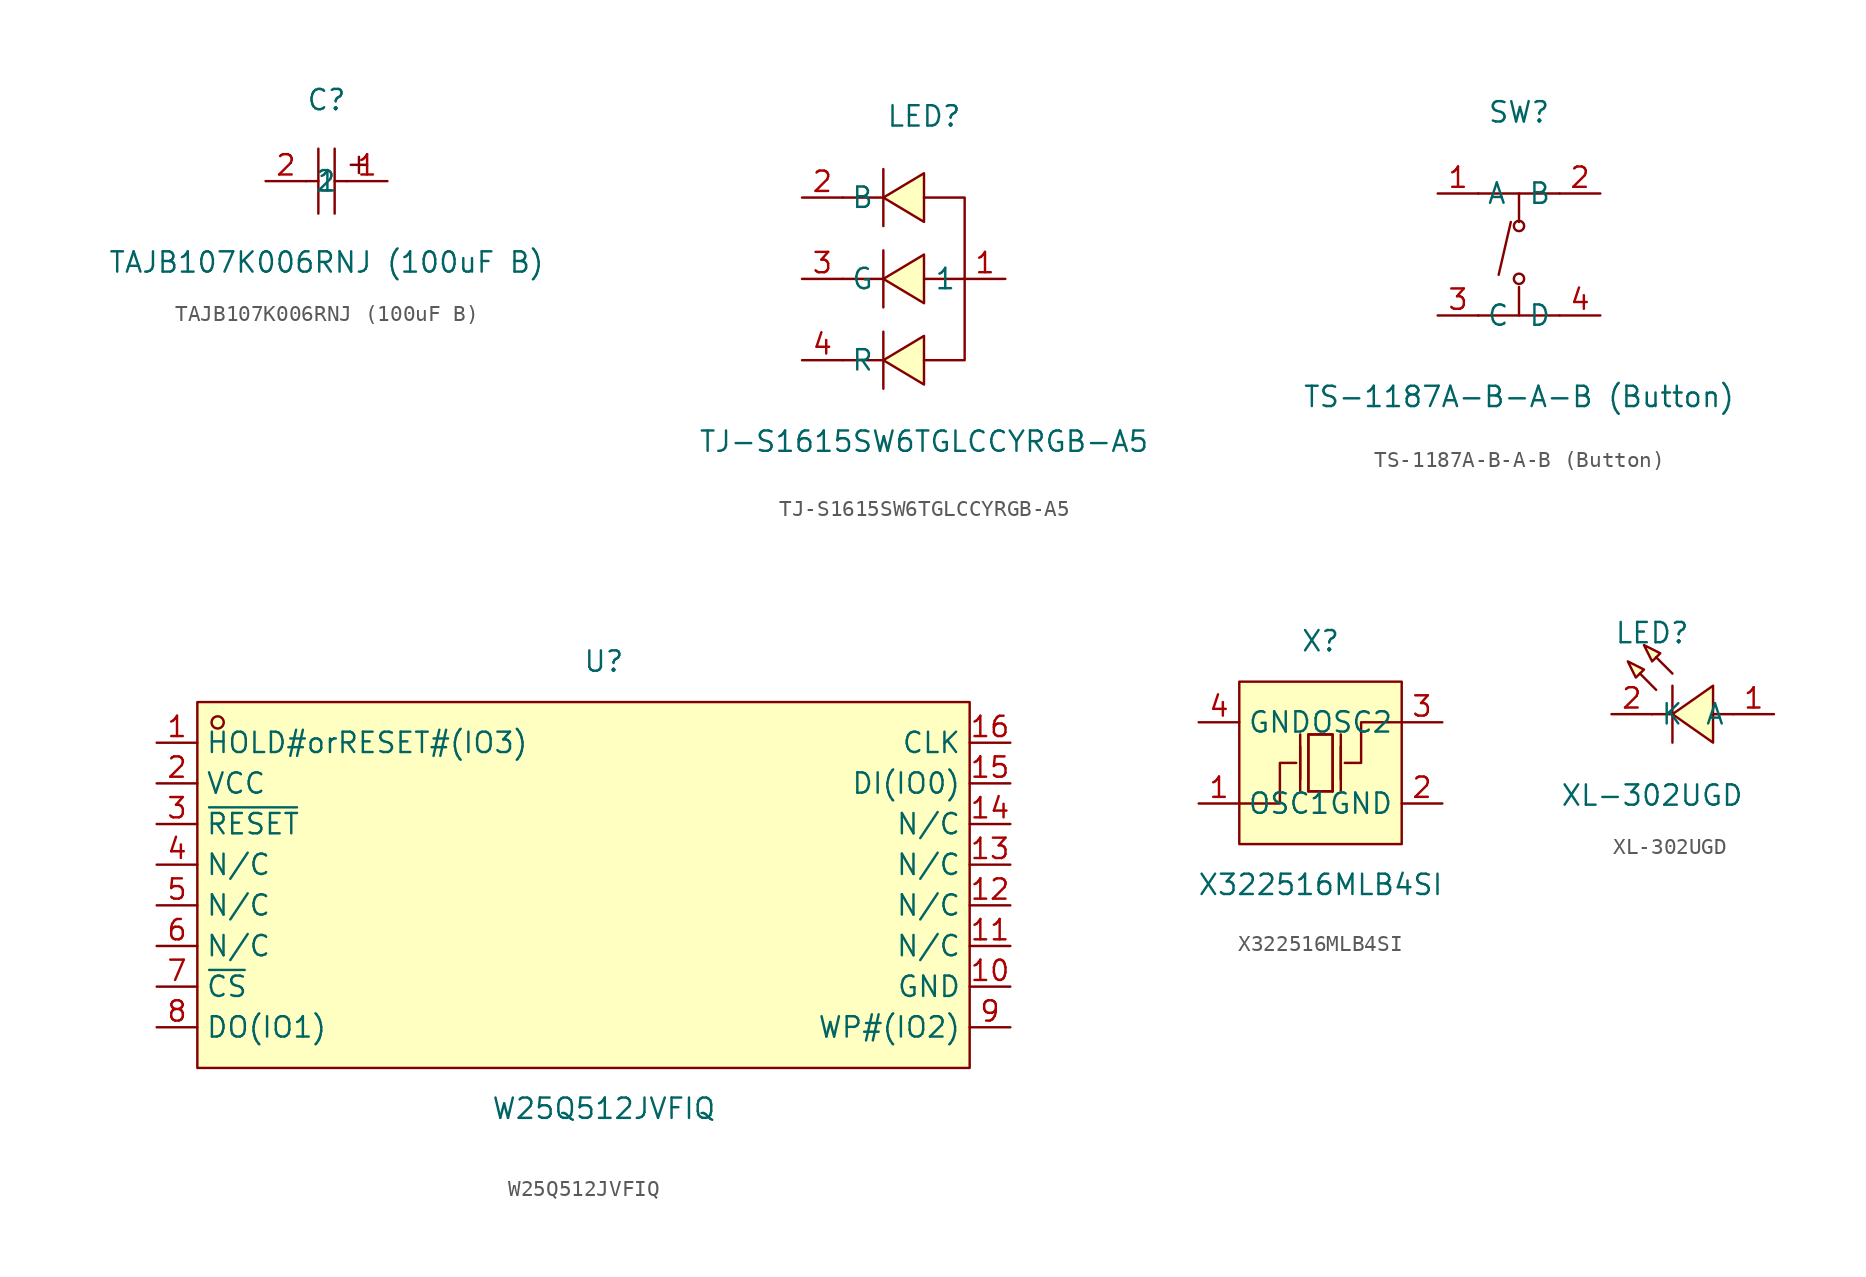
<source format=kicad_sym>
(kicad_symbol_lib
  (version 20231120)
  (generator "kicad_symbol_editor")
  (generator_version "8.0")
  (symbol "TAJB107K006RNJ (100uF B)"
    (property "Reference" "C"
      (at 0 5.08 0)
      (effects (font (size 1.27 1.27))))
    (property "Value" "TAJB107K006RNJ (100uF B)"
      (at 0 -5.08 0)
      (effects (font (size 1.27 1.27))))
    (symbol "TAJB107K006RNJ (100uF B)_0_1"
      (polyline (pts (xy -0.51 0) (xy -1.27 0)) (stroke (width 0) (type default)) (fill (type none)))
      (polyline (pts (xy -0.51 2.03) (xy -0.51 -2.03)) (stroke (width 0) (type default)) (fill (type none)))
      (polyline (pts (xy 0.51 2.03) (xy 0.51 -2.03)) (stroke (width 0) (type default)) (fill (type none)))
      (polyline (pts (xy 1.27 0) (xy 0.51 0)) (stroke (width 0) (type default)) (fill (type none)))
      (polyline (pts (xy 2.03 1.52) (xy 2.03 0.51)) (stroke (width 0) (type default)) (fill (type none)))
      (polyline (pts (xy 2.54 1.02) (xy 1.52 1.02)) (stroke (width 0) (type default)) (fill (type none)))
      (pin input line (at 3.81 0 180) (length 2.54) (name "1" (effects (font (size 1.27 1.27)))) (number "1" (effects (font (size 1.27 1.27)))))
      (pin input line (at -3.81 0 0) (length 2.54) (name "2" (effects (font (size 1.27 1.27)))) (number "2" (effects (font (size 1.27 1.27)))))))
  (symbol "TJ-S1615SW6TGLCCYRGB-A5"
    (property "Reference" "LED"
      (at 0 10.16 0)
      (effects (font (size 1.27 1.27))))
    (property "Value" "TJ-S1615SW6TGLCCYRGB-A5"
      (at 0 -10.16 0)
      (effects (font (size 1.27 1.27))))
    (symbol "TJ-S1615SW6TGLCCYRGB-A5_0_1"
      (polyline (pts (xy 0.00 6.60) (xy -2.54 5.08) (xy 0.00 3.56) (xy 0.00 6.60)) (stroke (width 0) (type default) (color 0 0 0 0)) (fill (type background)))
      (polyline (pts (xy 0.00 1.52) (xy -2.54 -0.00) (xy 0.00 -1.52) (xy 0.00 1.52)) (stroke (width 0) (type default) (color 0 0 0 0)) (fill (type background)))
      (polyline (pts (xy 0.00 -3.56) (xy -2.54 -5.08) (xy 0.00 -6.60) (xy 0.00 -3.56)) (stroke (width 0) (type default) (color 0 0 0 0)) (fill (type background)))
      (polyline (pts (xy -2.54 6.86) (xy -2.54 3.30)) (stroke (width 0) (type default) (color 0 0 0 0)) (fill (type none)))
      (polyline (pts (xy -2.54 1.78) (xy -2.54 -1.78)) (stroke (width 0) (type default) (color 0 0 0 0)) (fill (type none)))
      (polyline (pts (xy -2.54 -3.30) (xy -2.54 -6.86)) (stroke (width 0) (type default) (color 0 0 0 0)) (fill (type none)))
      (polyline (pts (xy 0.00 5.08) (xy 2.54 5.08) (xy 2.54 -5.08) (xy 0.00 -5.08)) (stroke (width 0) (type default) (color 0 0 0 0)) (fill (type none)))
      (polyline (pts (xy 0.00 -0.00) (xy 2.54 -0.00)) (stroke (width 0) (type default) (color 0 0 0 0)) (fill (type none)))
      (polyline (pts (xy -2.54 5.08) (xy -5.08 5.08)) (stroke (width 0) (type default) (color 0 0 0 0)) (fill (type none)))
      (polyline (pts (xy -2.54 -0.00) (xy -5.08 -0.00)) (stroke (width 0) (type default) (color 0 0 0 0)) (fill (type none)))
      (polyline (pts (xy -2.54 -5.08) (xy -5.08 -5.08)) (stroke (width 0) (type default) (color 0 0 0 0)) (fill (type none)))
      (pin unspecified line (at -7.62 5.08 0) (length 2.54) (name "B" (effects (font (size 1.27 1.27)))) (number "2" (effects (font (size 1.27 1.27)))))
      (pin unspecified line (at -7.62 -0.00 0) (length 2.54) (name "G" (effects (font (size 1.27 1.27)))) (number "3" (effects (font (size 1.27 1.27)))))
      (pin unspecified line (at -7.62 -5.08 0) (length 2.54) (name "R" (effects (font (size 1.27 1.27)))) (number "4" (effects (font (size 1.27 1.27)))))
      (pin unspecified line (at 5.08 -0.00 180) (length 2.54) (name "1" (effects (font (size 1.27 1.27)))) (number "1" (effects (font (size 1.27 1.27)))))))
  (symbol "TS-1187A-B-A-B (Button)"
    (property "Reference" "SW"
      (at 0 7.62 0)
      (effects (font (size 1.27 1.27))))
    (property "Value" "TS-1187A-B-A-B (Button)"
      (at 0 -10.16 0)
      (effects (font (size 1.27 1.27))))
    (symbol "TS-1187A-B-A-B (Button)_0_1"
      (circle (center 0 -2.79) (radius 0.32) (stroke (width 0) (type default)) (fill (type none)))
      (polyline (pts (xy -2.54 -5.08) (xy 2.54 -5.08)) (stroke (width 0) (type default)) (fill (type none)))
      (polyline (pts (xy -2.54 2.54) (xy 2.54 2.54)) (stroke (width 0) (type default)) (fill (type none)))
      (polyline (pts (xy -0.51 0.76) (xy -1.27 -2.54)) (stroke (width 0) (type default)) (fill (type none)))
      (polyline (pts (xy 0 -3.3) (xy 0 -5.08)) (stroke (width 0) (type default)) (fill (type none)))
      (polyline (pts (xy 0 0.76) (xy 0 2.54)) (stroke (width 0) (type default)) (fill (type none)))
      (circle (center 0 0.51) (radius 0.32) (stroke (width 0) (type default)) (fill (type none)))
      (pin unspecified line (at -5.08 2.54 0) (length 2.54) (name "A" (effects (font (size 1.27 1.27)))) (number "1" (effects (font (size 1.27 1.27)))))
      (pin unspecified line (at 5.08 2.54 180) (length 2.54) (name "B" (effects (font (size 1.27 1.27)))) (number "2" (effects (font (size 1.27 1.27)))))
      (pin unspecified line (at -5.08 -5.08 0) (length 2.54) (name "C" (effects (font (size 1.27 1.27)))) (number "3" (effects (font (size 1.27 1.27)))))
      (pin unspecified line (at 5.08 -5.08 180) (length 2.54) (name "D" (effects (font (size 1.27 1.27)))) (number "4" (effects (font (size 1.27 1.27)))))))
  (symbol "W25Q512JVFIQ"
    (property "Reference" "U"
      (at 0 15.24 0)
      (effects (font (size 1.27 1.27))))
    (property "Value" "W25Q512JVFIQ"
      (at 0 -12.7 0)
      (effects (font (size 1.27 1.27))))
    (symbol "W25Q512JVFIQ_0_1"
      (rectangle (start -25.4 12.7) (end 22.86 -10.16) (stroke (width 0) (type default)) (fill (type background)))
      (circle (center -24.13 11.43) (radius 0.38) (stroke (width 0) (type default)) (fill (type none)))
      (pin unspecified line (at -27.94 10.16 0) (length 2.54) (name "HOLD#orRESET#(IO3)" (effects (font (size 1.27 1.27)))) (number "1" (effects (font (size 1.27 1.27)))))
      (pin unspecified line (at 25.4 -5.08 180) (length 2.54) (name "GND" (effects (font (size 1.27 1.27)))) (number "10" (effects (font (size 1.27 1.27)))))
      (pin unspecified line (at 25.4 -2.54 180) (length 2.54) (name "N/C" (effects (font (size 1.27 1.27)))) (number "11" (effects (font (size 1.27 1.27)))))
      (pin unspecified line (at 25.4 0 180) (length 2.54) (name "N/C" (effects (font (size 1.27 1.27)))) (number "12" (effects (font (size 1.27 1.27)))))
      (pin unspecified line (at 25.4 2.54 180) (length 2.54) (name "N/C" (effects (font (size 1.27 1.27)))) (number "13" (effects (font (size 1.27 1.27)))))
      (pin unspecified line (at 25.4 5.08 180) (length 2.54) (name "N/C" (effects (font (size 1.27 1.27)))) (number "14" (effects (font (size 1.27 1.27)))))
      (pin unspecified line (at 25.4 7.62 180) (length 2.54) (name "DI(IO0)" (effects (font (size 1.27 1.27)))) (number "15" (effects (font (size 1.27 1.27)))))
      (pin unspecified line (at 25.4 10.16 180) (length 2.54) (name "CLK" (effects (font (size 1.27 1.27)))) (number "16" (effects (font (size 1.27 1.27)))))
      (pin unspecified line (at -27.94 7.62 0) (length 2.54) (name "VCC" (effects (font (size 1.27 1.27)))) (number "2" (effects (font (size 1.27 1.27)))))
      (pin unspecified line (at -27.94 5.08 0) (length 2.54) (name "~{RESET}" (effects (font (size 1.27 1.27)))) (number "3" (effects (font (size 1.27 1.27)))))
      (pin unspecified line (at -27.94 2.54 0) (length 2.54) (name "N/C" (effects (font (size 1.27 1.27)))) (number "4" (effects (font (size 1.27 1.27)))))
      (pin unspecified line (at -27.94 0 0) (length 2.54) (name "N/C" (effects (font (size 1.27 1.27)))) (number "5" (effects (font (size 1.27 1.27)))))
      (pin unspecified line (at -27.94 -2.54 0) (length 2.54) (name "N/C" (effects (font (size 1.27 1.27)))) (number "6" (effects (font (size 1.27 1.27)))))
      (pin unspecified line (at -27.94 -5.08 0) (length 2.54) (name "~{CS}" (effects (font (size 1.27 1.27)))) (number "7" (effects (font (size 1.27 1.27)))))
      (pin unspecified line (at -27.94 -7.62 0) (length 2.54) (name "DO(IO1)" (effects (font (size 1.27 1.27)))) (number "8" (effects (font (size 1.27 1.27)))))
      (pin unspecified line (at 25.4 -7.62 180) (length 2.54) (name "WP#(IO2)" (effects (font (size 1.27 1.27)))) (number "9" (effects (font (size 1.27 1.27)))))))
  (symbol "X322516MLB4SI"
    (property "Reference" "X"
      (at 0 7.62 0)
      (effects (font (size 1.27 1.27))))
    (property "Value" "X322516MLB4SI"
      (at 0 -7.62 0)
      (effects (font (size 1.27 1.27))))
    (symbol "X322516MLB4SI_0_1"
      (rectangle (start -5.08 5.08) (end 5.08 -5.08) (stroke (width 0) (type default)) (fill (type background)))
      (polyline (pts (xy -1.27 -1.78) (xy -1.27 1.78)) (stroke (width 0) (type default)) (fill (type none)))
      (polyline (pts (xy -1.27 -1.02) (xy -1.27 1.02)) (stroke (width 0) (type default)) (fill (type none)))
      (polyline (pts (xy 0.76 -1.78) (xy -0.76 -1.78)) (stroke (width 0) (type default)) (fill (type none)))
      (polyline (pts (xy 1.27 -1.78) (xy 1.27 1.78)) (stroke (width 0) (type default)) (fill (type none)))
      (polyline (pts (xy 1.27 -1.02) (xy 1.27 1.02)) (stroke (width 0) (type default)) (fill (type none)))
      (polyline (pts (xy -5.08 -2.54) (xy -2.54 -2.54) (xy -2.54 0) (xy -1.52 0)) (stroke (width 0) (type default)) (fill (type none)))
      (polyline (pts (xy -0.76 -1.78) (xy -0.76 1.78) (xy 0.76 1.78) (xy 0.76 -1.78)) (stroke (width 0) (type default)) (fill (type none)))
      (polyline (pts (xy 5.08 2.54) (xy 2.54 2.54) (xy 2.54 0) (xy 1.52 0)) (stroke (width 0) (type default)) (fill (type none)))
      (polyline (pts (xy 0.76 1.78) (xy 0.76 -1.78) (xy -0.76 -1.78) (xy -0.76 1.78) (xy 0.76 1.78)) (stroke (width 0) (type default)) (fill (type background)))
      (pin unspecified line (at -7.62 -2.54 0) (length 2.54) (name "OSC1" (effects (font (size 1.27 1.27)))) (number "1" (effects (font (size 1.27 1.27)))))
      (pin unspecified line (at 7.62 -2.54 180) (length 2.54) (name "GND" (effects (font (size 1.27 1.27)))) (number "2" (effects (font (size 1.27 1.27)))))
      (pin unspecified line (at 7.62 2.54 180) (length 2.54) (name "OSC2" (effects (font (size 1.27 1.27)))) (number "3" (effects (font (size 1.27 1.27)))))
      (pin unspecified line (at -7.62 2.54 0) (length 2.54) (name "GND" (effects (font (size 1.27 1.27)))) (number "4" (effects (font (size 1.27 1.27)))))))
  (symbol "XL-302UGD"
    (property "Reference" "LED"
      (at 0 5.08 0)
      (effects (font (size 1.27 1.27))))
    (property "Value" "XL-302UGD"
      (at 0 -5.08 0)
      (effects (font (size 1.27 1.27))))
    (symbol "XL-302UGD_0_1"
      (polyline (pts (xy 1.27 0) (xy 0 0)) (stroke (width 0) (type default)) (fill (type none)))
      (polyline (pts (xy 1.27 1.78) (xy 1.27 -1.78)) (stroke (width 0) (type default)) (fill (type none)))
      (polyline (pts (xy 5.08 0) (xy 3.81 0)) (stroke (width 0) (type default)) (fill (type none)))
      (polyline (pts (xy 0.25 1.52) (xy -0.76 2.54) (xy 0.25 1.52)) (stroke (width 0) (type default)) (fill (type background)))
      (polyline (pts (xy 1.27 2.54) (xy 0.25 3.56) (xy 1.27 2.54)) (stroke (width 0) (type default)) (fill (type background)))
      (polyline (pts (xy -1.52 3.3) (xy -0.51 2.79) (xy -1.02 2.29) (xy -1.52 3.3)) (stroke (width 0) (type default)) (fill (type background)))
      (polyline (pts (xy -0.51 4.32) (xy 0.51 3.81) (xy 0 3.3) (xy -0.51 4.32)) (stroke (width 0) (type default)) (fill (type background)))
      (polyline (pts (xy 3.81 1.78) (xy 1.27 0) (xy 3.81 -1.78) (xy 3.81 1.78)) (stroke (width 0) (type default)) (fill (type background)))
      (pin unspecified line (at 7.62 0 180) (length 2.54) (name "A" (effects (font (size 1.27 1.27)))) (number "1" (effects (font (size 1.27 1.27)))))
      (pin unspecified line (at -2.54 0 0) (length 2.54) (name "K" (effects (font (size 1.27 1.27)))) (number "2" (effects (font (size 1.27 1.27))))))))
</source>
